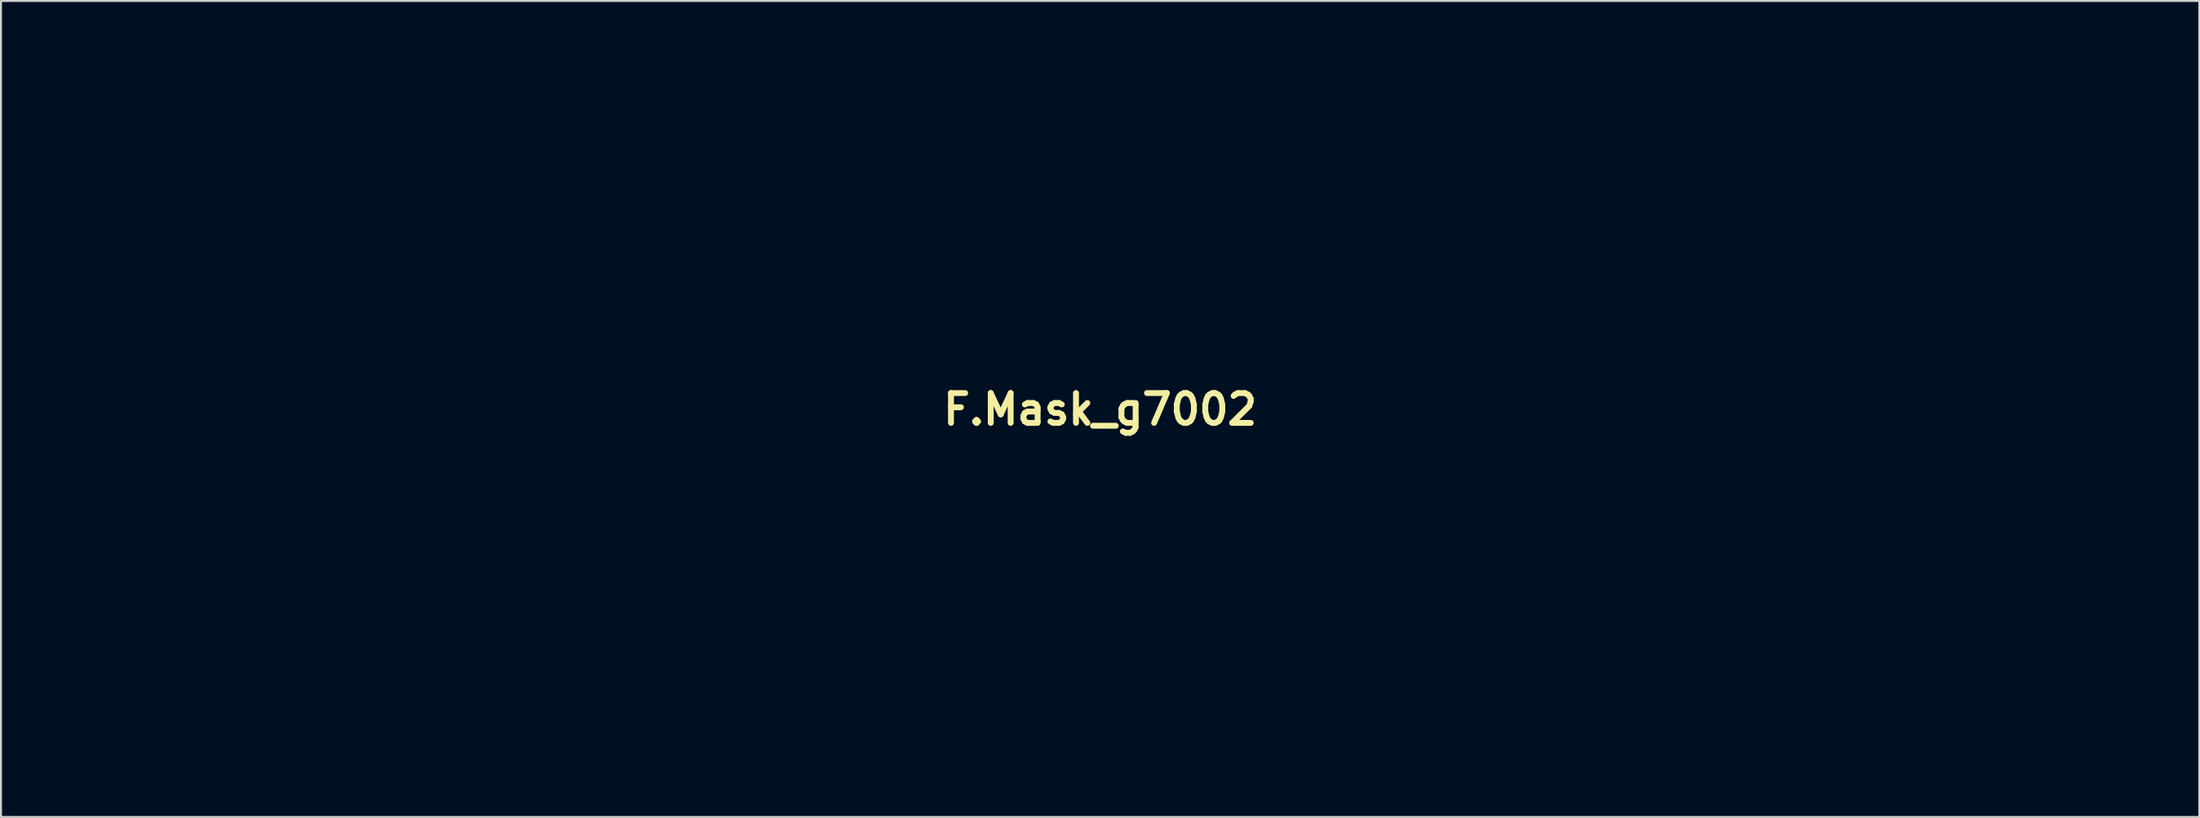
<source format=kicad_pcb>
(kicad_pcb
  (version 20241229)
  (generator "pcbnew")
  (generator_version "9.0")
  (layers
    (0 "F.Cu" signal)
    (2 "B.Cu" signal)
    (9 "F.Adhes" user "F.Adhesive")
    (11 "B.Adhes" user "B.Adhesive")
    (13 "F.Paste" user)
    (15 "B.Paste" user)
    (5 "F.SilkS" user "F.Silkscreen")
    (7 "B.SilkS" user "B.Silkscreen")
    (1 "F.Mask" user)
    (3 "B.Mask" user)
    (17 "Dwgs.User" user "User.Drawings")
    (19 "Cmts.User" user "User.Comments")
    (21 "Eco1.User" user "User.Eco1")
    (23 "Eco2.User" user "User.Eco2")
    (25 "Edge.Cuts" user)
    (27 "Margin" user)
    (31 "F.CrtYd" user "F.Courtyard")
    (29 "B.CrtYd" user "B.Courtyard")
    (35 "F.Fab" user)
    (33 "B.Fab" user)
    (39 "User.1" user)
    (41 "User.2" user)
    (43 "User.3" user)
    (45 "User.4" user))
  (footprint "F.Mask_g7002"
    (layer "F.Cu")
    (at 53.154 17.87)
    (property "Reference" "F.Mask_g7002" (at 0 0 0) (layer "F.SilkS") (effects (font (size 1.524 1.524) (thickness 0.3))))
    (attr through_hole)
    (fp_poly (pts (xy -36.132 -17.335) (xy -53.15 -17.335) (xy -53.15 -17.865) (xy -36.132 -17.865) (xy -36.132 -17.335)) (stroke (width 0.01) (type solid)) (fill yes) (layer "F.Mask"))
    (fp_poly (pts (xy -36.132 -15.854) (xy -53.15 -15.854) (xy -53.15 -16.362) (xy -36.132 -16.362) (xy -36.132 -15.854)) (stroke (width 0.01) (type solid)) (fill yes) (layer "F.Mask"))
    (fp_poly (pts (xy 53.15 -15.854) (xy -4.636 -15.854) (xy -4.636 -16.362) (xy 53.15 -16.362) (xy 53.15 -15.854)) (stroke (width 0.01) (type solid)) (fill yes) (layer "F.Mask"))
    (fp_poly (pts (xy 53.15 16.32) (xy -53.15 16.32) (xy -53.15 15.79) (xy 53.15 15.79) (xy 53.15 16.32)) (stroke (width 0.01) (type solid)) (fill yes) (layer "F.Mask"))
    (fp_poly (pts (xy 53.145 17.552) (xy 53.139 17.812) (xy -53.15 17.822) (xy -53.15 17.293) (xy 53.151 17.293) (xy 53.145 17.552)) (stroke (width 0.01) (type solid)) (fill yes) (layer "F.Mask"))
    (fp_poly (pts (xy 53.15 -17.335) (xy 24.271 -17.335) (xy 23.166 -17.336) (xy 22.07 -17.336) (xy 20.986 -17.336) (xy 19.913 -17.336) (xy 18.853 -17.336) (xy 17.806 -17.336) (xy 16.773 -17.336) (xy 15.754 -17.336) (xy 14.752 -17.336) (xy 13.765 -17.336) (xy 12.796 -17.337) (xy 11.844 -17.337) (xy 10.911 -17.337) (xy 9.998 -17.337) (xy 9.104 -17.338) (xy 8.231 -17.338) (xy 7.381 -17.338) (xy 6.552 -17.338) (xy 5.747 -17.339) (xy 4.966 -17.339) (xy 4.209 -17.339) (xy 3.478 -17.34) (xy 2.773 -17.34) (xy 2.096 -17.341) (xy 1.446 -17.341) (xy 0.824 -17.341) (xy 0.232 -17.342) (xy -0.329 -17.342) (xy -0.86 -17.343) (xy -1.36 -17.343) (xy -1.827 -17.344) (xy -2.26 -17.344) (xy -2.66 -17.345) (xy -3.025 -17.345) (xy -3.355 -17.345) (xy -3.648 -17.346) (xy -3.904 -17.346) (xy -4.123 -17.347) (xy -4.303 -17.348) (xy -4.443 -17.348) (xy -4.544 -17.349) (xy -4.603 -17.349) (xy -4.621 -17.35) (xy -4.627 -17.375) (xy -4.631 -17.434) (xy -4.634 -17.518) (xy -4.636 -17.614) (xy -4.636 -17.865) (xy 53.15 -17.865) (xy 53.15 -17.335)) (stroke (width 0.01) (type solid)) (fill yes) (layer "F.Mask"))
    (fp_poly (pts (xy -9.984 2.228) (xy -9.927 2.23) (xy -9.906 2.233) (xy -9.906 2.233) (xy -9.916 2.257) (xy -9.943 2.314) (xy -9.985 2.397) (xy -10.04 2.504) (xy -10.105 2.628) (xy -10.177 2.766) (xy -10.254 2.912) (xy -10.334 3.062) (xy -10.414 3.211) (xy -10.491 3.355) (xy -10.563 3.488) (xy -10.628 3.607) (xy -10.683 3.706) (xy -10.725 3.781) (xy -10.752 3.826) (xy -10.762 3.839) (xy -10.779 3.823) (xy -10.814 3.778) (xy -10.861 3.712) (xy -10.909 3.637) (xy -10.962 3.554) (xy -11.007 3.485) (xy -11.039 3.437) (xy -11.053 3.418) (xy -11.074 3.425) (xy -11.128 3.454) (xy -11.212 3.501) (xy -11.325 3.567) (xy -11.461 3.648) (xy -11.62 3.743) (xy -11.799 3.851) (xy -11.994 3.969) (xy -12.203 4.097) (xy -12.423 4.232) (xy -12.651 4.373) (xy -12.886 4.518) (xy -13.123 4.665) (xy -13.36 4.813) (xy -13.595 4.96) (xy -13.825 5.105) (xy -14.047 5.244) (xy -14.258 5.378) (xy -14.455 5.504) (xy -14.637 5.621) (xy -14.799 5.726) (xy -14.94 5.819) (xy -14.98 5.846) (xy -15.076 5.909) (xy -15.158 5.963) (xy -15.222 6.004) (xy -15.261 6.028) (xy -15.269 6.032) (xy -15.286 6.017) (xy -15.319 5.976) (xy -15.351 5.932) (xy -15.388 5.88) (xy -15.439 5.806) (xy -15.498 5.719) (xy -15.558 5.629) (xy -15.614 5.545) (xy -15.66 5.476) (xy -15.688 5.431) (xy -15.691 5.426) (xy -15.679 5.406) (xy -15.63 5.364) (xy -15.545 5.301) (xy -15.424 5.216) (xy -15.267 5.111) (xy -15.074 4.985) (xy -14.846 4.838) (xy -14.583 4.671) (xy -14.284 4.482) (xy -13.95 4.274) (xy -13.581 4.045) (xy -13.177 3.795) (xy -12.739 3.526) (xy -12.266 3.236) (xy -12.139 3.158) (xy -11.995 3.07) (xy -11.861 2.988) (xy -11.742 2.915) (xy -11.643 2.853) (xy -11.568 2.806) (xy -11.521 2.777) (xy -11.509 2.769) (xy -11.495 2.755) (xy -11.492 2.735) (xy -11.502 2.704) (xy -11.528 2.654) (xy -11.573 2.579) (xy -11.609 2.52) (xy -11.661 2.435) (xy -11.702 2.363) (xy -11.728 2.311) (xy -11.735 2.288) (xy -11.735 2.287) (xy -11.71 2.283) (xy -11.65 2.277) (xy -11.558 2.272) (xy -11.44 2.266) (xy -11.301 2.26) (xy -11.146 2.254) (xy -10.982 2.249) (xy -10.812 2.243) (xy -10.643 2.239) (xy -10.479 2.234) (xy -10.326 2.231) (xy -10.189 2.229) (xy -10.073 2.228) (xy -9.984 2.228)) (stroke (width 0.01) (type solid)) (fill yes) (layer "F.Mask"))
    (fp_poly (pts (xy -5.49 -0.232) (xy -5.472 -0.212) (xy -5.434 -0.164) (xy -5.38 -0.093) (xy -5.313 -0.004) (xy -5.241 0.095) (xy -4.922 0.527) (xy -4.602 0.946) (xy -4.283 1.349) (xy -3.966 1.734) (xy -3.654 2.1) (xy -3.348 2.444) (xy -3.051 2.763) (xy -2.764 3.057) (xy -2.49 3.323) (xy -2.229 3.558) (xy -1.985 3.761) (xy -1.758 3.93) (xy -1.703 3.968) (xy -1.455 4.118) (xy -1.174 4.26) (xy -0.858 4.396) (xy -0.507 4.525) (xy -0.119 4.647) (xy 0.305 4.762) (xy 0.768 4.871) (xy 1.269 4.974) (xy 1.809 5.071) (xy 2.39 5.162) (xy 3.011 5.248) (xy 3.228 5.276) (xy 3.609 5.323) (xy 21.78 5.334) (xy 39.952 5.345) (xy 39.964 6.117) (xy 21.934 6.114) (xy 21.061 6.113) (xy 20.199 6.113) (xy 19.347 6.113) (xy 18.508 6.113) (xy 17.681 6.113) (xy 16.869 6.112) (xy 16.072 6.112) (xy 15.291 6.112) (xy 14.527 6.111) (xy 13.781 6.111) (xy 13.054 6.111) (xy 12.347 6.111) (xy 11.661 6.11) (xy 10.997 6.11) (xy 10.355 6.11) (xy 9.738 6.109) (xy 9.145 6.109) (xy 8.578 6.108) (xy 8.039 6.108) (xy 7.526 6.108) (xy 7.043 6.107) (xy 6.589 6.107) (xy 6.166 6.107) (xy 5.775 6.106) (xy 5.416 6.106) (xy 5.092 6.105) (xy 4.801 6.105) (xy 4.546 6.105) (xy 4.328 6.104) (xy 4.148 6.104) (xy 4.006 6.103) (xy 3.903 6.103) (xy 3.841 6.103) (xy 3.821 6.102) (xy 3.212 6.041) (xy 2.622 5.97) (xy 2.052 5.889) (xy 1.504 5.799) (xy 0.981 5.7) (xy 0.485 5.593) (xy 0.018 5.479) (xy -0.418 5.357) (xy -0.82 5.228) (xy -1.187 5.093) (xy -1.515 4.953) (xy -1.778 4.822) (xy -2.054 4.656) (xy -2.345 4.452) (xy -2.651 4.208) (xy -2.972 3.926) (xy -3.309 3.603) (xy -3.66 3.242) (xy -4.027 2.841) (xy -4.409 2.401) (xy -4.806 1.921) (xy -5.219 1.402) (xy -5.248 1.365) (xy -5.334 1.253) (xy -5.429 1.129) (xy -5.529 0.997) (xy -5.63 0.862) (xy -5.73 0.729) (xy -5.825 0.6) (xy -5.912 0.482) (xy -5.987 0.378) (xy -6.048 0.293) (xy -6.091 0.231) (xy -6.114 0.196) (xy -6.116 0.191) (xy -6.099 0.174) (xy -6.054 0.138) (xy -5.987 0.09) (xy -5.905 0.033) (xy -5.815 -0.028) (xy -5.725 -0.089) (xy -5.64 -0.144) (xy -5.568 -0.19) (xy -5.516 -0.22) (xy -5.491 -0.232) (xy -5.49 -0.232)) (stroke (width 0.01) (type solid)) (fill yes) (layer "F.Mask"))
    (fp_poly (pts (xy -17.793 -6.728) (xy -17.218 -6.672) (xy -16.629 -6.581) (xy -16.023 -6.453) (xy -15.985 -6.444) (xy -15.701 -6.373) (xy -15.418 -6.296) (xy -15.128 -6.209) (xy -14.824 -6.112) (xy -14.495 -6) (xy -14.256 -5.915) (xy -14.134 -5.871) (xy -14.017 -5.829) (xy -13.901 -5.786) (xy -13.781 -5.742) (xy -13.654 -5.694) (xy -13.515 -5.642) (xy -13.36 -5.582) (xy -13.184 -5.515) (xy -12.984 -5.438) (xy -12.754 -5.349) (xy -12.491 -5.247) (xy -12.366 -5.199) (xy -11.872 -5.01) (xy -11.412 -4.84) (xy -10.981 -4.687) (xy -10.576 -4.551) (xy -10.193 -4.431) (xy -9.827 -4.324) (xy -9.475 -4.231) (xy -9.133 -4.149) (xy -8.797 -4.079) (xy -8.463 -4.018) (xy -8.127 -3.966) (xy -7.8 -3.924) (xy -7.471 -3.894) (xy -7.127 -3.883) (xy -6.766 -3.89) (xy -6.385 -3.916) (xy -5.979 -3.961) (xy -5.546 -4.026) (xy -5.082 -4.11) (xy -4.585 -4.213) (xy -4.537 -4.224) (xy -4.047 -4.34) (xy -3.524 -4.476) (xy -2.975 -4.631) (xy -2.405 -4.802) (xy -1.817 -4.988) (xy -1.217 -5.189) (xy -0.61 -5.401) (xy -0.001 -5.623) (xy 0.606 -5.855) (xy 0.82 -5.939) (xy 1.376 -6.16) (xy 19.447 -6.159) (xy 20.498 -6.159) (xy 21.507 -6.159) (xy 22.476 -6.159) (xy 23.404 -6.159) (xy 24.294 -6.159) (xy 25.146 -6.159) (xy 25.96 -6.159) (xy 26.738 -6.159) (xy 27.481 -6.158) (xy 28.188 -6.158) (xy 28.862 -6.158) (xy 29.502 -6.158) (xy 30.111 -6.158) (xy 30.688 -6.158) (xy 31.234 -6.157) (xy 31.75 -6.157) (xy 32.238 -6.157) (xy 32.697 -6.156) (xy 33.13 -6.156) (xy 33.536 -6.156) (xy 33.916 -6.155) (xy 34.272 -6.155) (xy 34.604 -6.154) (xy 34.912 -6.154) (xy 35.199 -6.153) (xy 35.464 -6.152) (xy 35.709 -6.152) (xy 35.934 -6.151) (xy 36.14 -6.15) (xy 36.328 -6.149) (xy 36.5 -6.148) (xy 36.654 -6.147) (xy 36.794 -6.146) (xy 36.918 -6.145) (xy 37.029 -6.144) (xy 37.127 -6.143) (xy 37.213 -6.141) (xy 37.287 -6.14) (xy 37.351 -6.138) (xy 37.406 -6.137) (xy 37.451 -6.135) (xy 37.489 -6.134) (xy 37.52 -6.132) (xy 37.544 -6.13) (xy 37.563 -6.128) (xy 37.578 -6.126) (xy 37.589 -6.124) (xy 37.597 -6.122) (xy 37.602 -6.12) (xy 37.603 -6.119) (xy 37.711 -6.05) (xy 37.783 -5.959) (xy 37.82 -5.846) (xy 37.825 -5.776) (xy 37.806 -5.659) (xy 37.752 -5.553) (xy 37.671 -5.468) (xy 37.585 -5.42) (xy 37.566 -5.419) (xy 37.515 -5.417) (xy 37.433 -5.416) (xy 37.319 -5.414) (xy 37.173 -5.413) (xy 36.994 -5.412) (xy 36.782 -5.411) (xy 36.536 -5.41) (xy 36.257 -5.408) (xy 35.944 -5.407) (xy 35.596 -5.407) (xy 35.214 -5.406) (xy 34.796 -5.405) (xy 34.342 -5.404) (xy 33.853 -5.403) (xy 33.327 -5.402) (xy 32.764 -5.402) (xy 32.165 -5.401) (xy 31.527 -5.401) (xy 30.852 -5.4) (xy 30.139 -5.4) (xy 29.387 -5.399) (xy 28.597 -5.399) (xy 27.766 -5.399) (xy 26.897 -5.398) (xy 25.987 -5.398) (xy 25.036 -5.398) (xy 24.045 -5.398) (xy 23.013 -5.398) (xy 21.938 -5.398) (xy 20.823 -5.397) (xy 4.039 -5.397) (xy 3.803 -5.211) (xy 3.641 -5.085) (xy 3.48 -4.962) (xy 3.316 -4.841) (xy 3.146 -4.717) (xy 2.966 -4.591) (xy 2.774 -4.459) (xy 2.565 -4.318) (xy 2.337 -4.168) (xy 2.086 -4.005) (xy 1.81 -3.827) (xy 1.503 -3.632) (xy 1.164 -3.418) (xy 1.132 -3.398) (xy 0.976 -3.299) (xy 0.807 -3.191) (xy 0.631 -3.078) (xy 0.452 -2.963) (xy 0.275 -2.847) (xy 0.102 -2.735) (xy -0.06 -2.628) (xy -0.209 -2.53) (xy -0.339 -2.443) (xy -0.447 -2.37) (xy -0.527 -2.315) (xy -0.577 -2.279) (xy -0.579 -2.277) (xy -0.594 -2.262) (xy -0.597 -2.244) (xy -0.586 -2.217) (xy -0.557 -2.173) (xy -0.507 -2.107) (xy -0.455 -2.042) (xy -0.394 -1.964) (xy -0.345 -1.898) (xy -0.312 -1.851) (xy -0.301 -1.829) (xy -0.302 -1.829) (xy -0.323 -1.825) (xy -0.382 -1.815) (xy -0.472 -1.801) (xy -0.588 -1.783) (xy -0.725 -1.763) (xy -0.877 -1.74) (xy -1.041 -1.716) (xy -1.209 -1.692) (xy -1.377 -1.667) (xy -1.54 -1.644) (xy -1.692 -1.622) (xy -1.829 -1.603) (xy -1.944 -1.587) (xy -2.033 -1.575) (xy -2.091 -1.568) (xy -2.11 -1.566) (xy -2.127 -1.573) (xy -2.124 -1.599) (xy -2.11 -1.635) (xy -2.096 -1.67) (xy -2.068 -1.739) (xy -2.029 -1.838) (xy -1.979 -1.962) (xy -1.921 -2.108) (xy -1.856 -2.269) (xy -1.787 -2.441) (xy -1.767 -2.492) (xy -1.698 -2.664) (xy -1.634 -2.823) (xy -1.576 -2.965) (xy -1.526 -3.086) (xy -1.485 -3.181) (xy -1.457 -3.246) (xy -1.441 -3.278) (xy -1.439 -3.281) (xy -1.422 -3.265) (xy -1.384 -3.222) (xy -1.331 -3.158) (xy -1.268 -3.079) (xy -1.26 -3.069) (xy -1.191 -2.981) (xy -1.142 -2.923) (xy -1.108 -2.889) (xy -1.084 -2.876) (xy -1.066 -2.878) (xy -1.057 -2.883) (xy -0.988 -2.932) (xy -0.889 -3) (xy -0.764 -3.084) (xy -0.618 -3.18) (xy -0.458 -3.286) (xy -0.288 -3.398) (xy -0.113 -3.513) (xy 0.062 -3.627) (xy 0.231 -3.736) (xy 0.39 -3.838) (xy 0.533 -3.929) (xy 0.614 -3.98) (xy 0.954 -4.194) (xy 1.26 -4.388) (xy 1.535 -4.564) (xy 1.779 -4.722) (xy 1.997 -4.864) (xy 2.19 -4.992) (xy 2.36 -5.108) (xy 2.424 -5.152) (xy 2.762 -5.387) (xy 2.146 -5.393) (xy 1.53 -5.398) (xy 1.373 -5.332) (xy 1.206 -5.262) (xy 1.004 -5.182) (xy 0.773 -5.093) (xy 0.519 -4.996) (xy 0.248 -4.895) (xy -0.035 -4.792) (xy -0.323 -4.688) (xy -0.612 -4.586) (xy -0.895 -4.487) (xy -1.167 -4.394) (xy -1.27 -4.359) (xy -2.004 -4.121) (xy -2.703 -3.908) (xy -3.37 -3.721) (xy -4.003 -3.559) (xy -4.603 -3.422) (xy -5.171 -3.31) (xy -5.706 -3.224) (xy -6.208 -3.162) (xy -6.678 -3.126) (xy -7.117 -3.115) (xy -7.523 -3.129) (xy -7.673 -3.141) (xy -7.994 -3.175) (xy -8.308 -3.216) (xy -8.618 -3.263) (xy -8.929 -3.319) (xy -9.244 -3.384) (xy -9.565 -3.459) (xy -9.896 -3.546) (xy -10.241 -3.644) (xy -10.603 -3.754) (xy -10.984 -3.879) (xy -11.389 -4.018) (xy -11.821 -4.173) (xy -12.283 -4.345) (xy -12.778 -4.534) (xy -12.986 -4.614) (xy -13.414 -4.78) (xy -13.807 -4.93) (xy -14.168 -5.064) (xy -14.5 -5.185) (xy -14.807 -5.293) (xy -15.091 -5.389) (xy -15.357 -5.474) (xy -15.608 -5.55) (xy -15.846 -5.618) (xy -16.076 -5.677) (xy -16.3 -5.731) (xy -16.522 -5.779) (xy -16.745 -5.822) (xy -16.791 -5.831) (xy -16.975 -5.864) (xy -17.137 -5.89) (xy -17.282 -5.912) (xy -17.421 -5.928) (xy -17.56 -5.94) (xy -17.707 -5.948) (xy -17.871 -5.953) (xy -18.059 -5.956) (xy -18.279 -5.957) (xy -18.352 -5.958) (xy -18.593 -5.957) (xy -18.799 -5.955) (xy -18.979 -5.95) (xy -19.141 -5.941) (xy -19.291 -5.929) (xy -19.439 -5.911) (xy -19.591 -5.889) (xy -19.757 -5.86) (xy -19.942 -5.824) (xy -20.013 -5.81) (xy -20.572 -5.677) (xy -21.14 -5.504) (xy -21.716 -5.288) (xy -22.302 -5.032) (xy -22.896 -4.734) (xy -23.499 -4.395) (xy -24.111 -4.015) (xy -24.732 -3.593) (xy -25.361 -3.13) (xy -26 -2.625) (xy -26.067 -2.571) (xy -26.188 -2.472) (xy -26.285 -2.398) (xy -26.361 -2.347) (xy -26.425 -2.313) (xy -26.482 -2.295) (xy -26.539 -2.288) (xy -26.599 -2.291) (xy -26.717 -2.319) (xy -26.814 -2.38) (xy -26.886 -2.467) (xy -26.929 -2.571) (xy -26.94 -2.688) (xy -26.913 -2.809) (xy -26.911 -2.816) (xy -26.889 -2.856) (xy -26.854 -2.901) (xy -26.799 -2.957) (xy -26.721 -3.028) (xy -26.614 -3.118) (xy -26.599 -3.13) (xy -25.958 -3.641) (xy -25.327 -4.112) (xy -24.706 -4.543) (xy -24.094 -4.935) (xy -23.491 -5.286) (xy -22.895 -5.6) (xy -22.306 -5.874) (xy -21.722 -6.111) (xy -21.145 -6.309) (xy -20.571 -6.471) (xy -20.022 -6.592) (xy -19.467 -6.679) (xy -18.914 -6.731) (xy -18.357 -6.747) (xy -17.793 -6.728)) (stroke (width 0.01) (type solid)) (fill yes) (layer "F.Mask"))
    (fp_poly (pts (xy -37.184 -14.246) (xy -37.1 -14.18) (xy -37.047 -14.099) (xy -37.044 -14.089) (xy -37.041 -14.071) (xy -37.039 -14.045) (xy -37.036 -14.009) (xy -37.034 -13.962) (xy -37.032 -13.903) (xy -37.03 -13.83) (xy -37.029 -13.742) (xy -37.027 -13.637) (xy -37.026 -13.514) (xy -37.025 -13.371) (xy -37.024 -13.208) (xy -37.023 -13.023) (xy -37.023 -12.815) (xy -37.022 -12.581) (xy -37.022 -12.321) (xy -37.022 -12.034) (xy -37.022 -11.718) (xy -37.023 -11.371) (xy -37.023 -10.993) (xy -37.024 -10.582) (xy -37.024 -10.136) (xy -37.025 -9.655) (xy -37.026 -9.136) (xy -37.027 -8.578) (xy -37.029 -7.981) (xy -37.03 -7.514) (xy -37.031 -6.826) (xy -37.032 -6.18) (xy -37.033 -5.576) (xy -37.034 -5.011) (xy -37.035 -4.487) (xy -37.035 -4.003) (xy -37.036 -3.557) (xy -37.036 -3.149) (xy -37.035 -2.78) (xy -37.035 -2.448) (xy -37.035 -2.152) (xy -37.034 -1.892) (xy -37.033 -1.668) (xy -37.032 -1.479) (xy -37.03 -1.324) (xy -37.029 -1.203) (xy -37.027 -1.116) (xy -37.025 -1.061) (xy -37.022 -1.038) (xy -37.022 -1.037) (xy -37.009 -1.058) (xy -36.976 -1.114) (xy -36.924 -1.204) (xy -36.854 -1.325) (xy -36.766 -1.476) (xy -36.662 -1.656) (xy -36.543 -1.863) (xy -36.409 -2.094) (xy -36.261 -2.35) (xy -36.101 -2.627) (xy -35.929 -2.924) (xy -35.746 -3.24) (xy -35.553 -3.574) (xy -35.352 -3.922) (xy -35.143 -4.284) (xy -34.927 -4.658) (xy -34.705 -5.043) (xy -34.581 -5.257) (xy -34.306 -5.733) (xy -34.052 -6.174) (xy -33.816 -6.58) (xy -33.6 -6.954) (xy -33.402 -7.296) (xy -33.221 -7.607) (xy -33.057 -7.89) (xy -32.909 -8.144) (xy -32.776 -8.372) (xy -32.658 -8.574) (xy -32.553 -8.752) (xy -32.462 -8.907) (xy -32.382 -9.04) (xy -32.314 -9.153) (xy -32.257 -9.247) (xy -32.21 -9.323) (xy -32.172 -9.382) (xy -32.143 -9.426) (xy -32.122 -9.455) (xy -32.107 -9.472) (xy -32.102 -9.476) (xy -32.007 -9.505) (xy -31.914 -9.5) (xy -31.83 -9.465) (xy -31.763 -9.406) (xy -31.721 -9.328) (xy -31.712 -9.236) (xy -31.714 -9.219) (xy -31.726 -9.195) (xy -31.757 -9.136) (xy -31.808 -9.043) (xy -31.878 -8.919) (xy -31.965 -8.765) (xy -32.068 -8.583) (xy -32.186 -8.374) (xy -32.319 -8.14) (xy -32.466 -7.883) (xy -32.625 -7.605) (xy -32.796 -7.306) (xy -32.978 -6.99) (xy -33.169 -6.657) (xy -33.369 -6.309) (xy -33.577 -5.947) (xy -33.792 -5.575) (xy -34.013 -5.192) (xy -34.09 -5.059) (xy -34.313 -4.672) (xy -34.531 -4.295) (xy -34.743 -3.928) (xy -34.947 -3.573) (xy -35.144 -3.233) (xy -35.331 -2.908) (xy -35.509 -2.6) (xy -35.675 -2.312) (xy -35.83 -2.044) (xy -35.971 -1.799) (xy -36.099 -1.578) (xy -36.211 -1.383) (xy -36.308 -1.216) (xy -36.387 -1.078) (xy -36.449 -0.971) (xy -36.492 -0.896) (xy -36.515 -0.857) (xy -36.518 -0.851) (xy -36.581 -0.74) (xy -36.256 -0.927) (xy -35.896 -1.135) (xy -35.526 -1.349) (xy -35.148 -1.567) (xy -34.765 -1.789) (xy -34.376 -2.013) (xy -33.985 -2.239) (xy -33.593 -2.465) (xy -33.202 -2.691) (xy -32.813 -2.916) (xy -32.428 -3.138) (xy -32.049 -3.356) (xy -31.678 -3.571) (xy -31.316 -3.779) (xy -30.966 -3.982) (xy -30.628 -4.176) (xy -30.305 -4.363) (xy -29.998 -4.54) (xy -29.709 -4.706) (xy -29.441 -4.861) (xy -29.193 -5.003) (xy -28.969 -5.133) (xy -28.771 -5.247) (xy -28.598 -5.346) (xy -28.455 -5.429) (xy -28.341 -5.494) (xy -28.26 -5.54) (xy -28.213 -5.568) (xy -28.2 -5.574) (xy -28.103 -5.605) (xy -28.012 -5.6) (xy -27.931 -5.566) (xy -27.867 -5.508) (xy -27.825 -5.433) (xy -27.812 -5.346) (xy -27.833 -5.254) (xy -27.852 -5.217) (xy -27.864 -5.205) (xy -27.889 -5.186) (xy -27.93 -5.159) (xy -27.987 -5.122) (xy -28.062 -5.075) (xy -28.156 -5.018) (xy -28.27 -4.949) (xy -28.406 -4.868) (xy -28.563 -4.775) (xy -28.745 -4.668) (xy -28.951 -4.547) (xy -29.184 -4.411) (xy -29.443 -4.26) (xy -29.732 -4.093) (xy -30.049 -3.908) (xy -30.398 -3.706) (xy -30.779 -3.486) (xy -31.193 -3.247) (xy -31.641 -2.987) (xy -32.087 -2.73) (xy -36.283 -0.307) (xy -31.429 -0.296) (xy -30.872 -0.295) (xy -30.356 -0.294) (xy -29.879 -0.293) (xy -29.441 -0.291) (xy -29.04 -0.29) (xy -28.674 -0.289) (xy -28.342 -0.287) (xy -28.044 -0.286) (xy -27.777 -0.284) (xy -27.54 -0.282) (xy -27.331 -0.281) (xy -27.15 -0.279) (xy -26.996 -0.277) (xy -26.866 -0.275) (xy -26.759 -0.272) (xy -26.674 -0.27) (xy -26.61 -0.267) (xy -26.565 -0.265) (xy -26.538 -0.262) (xy -26.529 -0.259) (xy -26.482 -0.224) (xy -26.439 -0.177) (xy -26.403 -0.101) (xy -26.396 -0.012) (xy -26.415 0.078) (xy -26.458 0.154) (xy -26.506 0.195) (xy -26.519 0.198) (xy -26.546 0.201) (xy -26.59 0.204) (xy -26.652 0.206) (xy -26.733 0.209) (xy -26.835 0.211) (xy -26.959 0.213) (xy -27.106 0.215) (xy -27.278 0.217) (xy -27.477 0.219) (xy -27.703 0.22) (xy -27.958 0.222) (xy -28.244 0.223) (xy -28.561 0.225) (xy -28.912 0.226) (xy -29.298 0.227) (xy -29.72 0.229) (xy -30.179 0.23) (xy -30.678 0.231) (xy -31.216 0.232) (xy -31.438 0.233) (xy -36.322 0.243) (xy -32.18 2.635) (xy -31.791 2.859) (xy -31.412 3.078) (xy -31.044 3.291) (xy -30.688 3.497) (xy -30.346 3.695) (xy -30.02 3.883) (xy -29.711 4.062) (xy -29.422 4.229) (xy -29.153 4.384) (xy -28.907 4.527) (xy -28.685 4.655) (xy -28.489 4.769) (xy -28.32 4.867) (xy -28.181 4.948) (xy -28.073 5.011) (xy -27.997 5.055) (xy -27.956 5.079) (xy -27.949 5.083) (xy -27.872 5.152) (xy -27.829 5.235) (xy -27.818 5.322) (xy -27.837 5.407) (xy -27.884 5.481) (xy -27.957 5.535) (xy -28.05 5.56) (xy -28.058 5.562) (xy -28.064 5.566) (xy -28.068 5.569) (xy -28.072 5.572) (xy -28.076 5.575) (xy -28.084 5.575) (xy -28.094 5.573) (xy -28.11 5.568) (xy -28.133 5.558) (xy -28.163 5.544) (xy -28.201 5.524) (xy -28.251 5.498) (xy -28.312 5.465) (xy -28.385 5.425) (xy -28.473 5.375) (xy -28.577 5.317) (xy -28.698 5.248) (xy -28.837 5.169) (xy -28.995 5.078) (xy -29.174 4.975) (xy -29.376 4.859) (xy -29.601 4.73) (xy -29.851 4.586) (xy -30.127 4.426) (xy -30.43 4.251) (xy -30.763 4.059) (xy -31.125 3.849) (xy -31.519 3.621) (xy -31.946 3.375) (xy -32.407 3.108) (xy -32.872 2.84) (xy -33.237 2.629) (xy -33.592 2.423) (xy -33.936 2.225) (xy -34.267 2.034) (xy -34.582 1.852) (xy -34.881 1.68) (xy -35.161 1.518) (xy -35.421 1.369) (xy -35.659 1.231) (xy -35.874 1.108) (xy -36.063 0.999) (xy -36.225 0.907) (xy -36.358 0.83) (xy -36.461 0.772) (xy -36.531 0.732) (xy -36.567 0.712) (xy -36.572 0.71) (xy -36.562 0.728) (xy -36.532 0.782) (xy -36.482 0.869) (xy -36.414 0.987) (xy -36.329 1.136) (xy -36.227 1.313) (xy -36.11 1.518) (xy -35.978 1.747) (xy -35.833 2) (xy -35.674 2.275) (xy -35.504 2.57) (xy -35.323 2.885) (xy -35.132 3.216) (xy -34.932 3.562) (xy -34.724 3.923) (xy -34.509 4.296) (xy -34.288 4.679) (xy -34.171 4.881) (xy -33.946 5.271) (xy -33.727 5.651) (xy -33.514 6.02) (xy -33.309 6.377) (xy -33.112 6.719) (xy -32.924 7.046) (xy -32.746 7.355) (xy -32.579 7.645) (xy -32.425 7.914) (xy -32.284 8.161) (xy -32.156 8.383) (xy -32.044 8.58) (xy -31.948 8.749) (xy -31.868 8.889) (xy -31.807 8.998) (xy -31.764 9.075) (xy -31.741 9.118) (xy -31.737 9.126) (xy -31.722 9.222) (xy -31.742 9.308) (xy -31.79 9.381) (xy -31.859 9.433) (xy -31.943 9.461) (xy -32.034 9.457) (xy -32.12 9.421) (xy -32.132 9.409) (xy -32.153 9.381) (xy -32.183 9.335) (xy -32.223 9.272) (xy -32.275 9.189) (xy -32.337 9.085) (xy -32.412 8.96) (xy -32.5 8.812) (xy -32.601 8.64) (xy -32.717 8.444) (xy -32.847 8.221) (xy -32.993 7.971) (xy -33.154 7.692) (xy -33.333 7.384) (xy -33.529 7.046) (xy -33.744 6.675) (xy -33.977 6.272) (xy -34.229 5.834) (xy -34.502 5.362) (xy -34.608 5.179) (xy -37.031 0.976) (xy -37.042 5.85) (xy -37.043 6.386) (xy -37.044 6.881) (xy -37.045 7.337) (xy -37.046 7.756) (xy -37.047 8.139) (xy -37.048 8.488) (xy -37.049 8.804) (xy -37.05 9.089) (xy -37.051 9.345) (xy -37.053 9.573) (xy -37.054 9.776) (xy -37.055 9.953) (xy -37.057 10.108) (xy -37.058 10.242) (xy -37.06 10.356) (xy -37.062 10.453) (xy -37.064 10.532) (xy -37.067 10.598) (xy -37.069 10.65) (xy -37.072 10.691) (xy -37.075 10.722) (xy -37.078 10.745) (xy -37.082 10.761) (xy -37.086 10.772) (xy -37.09 10.781) (xy -37.091 10.782) (xy -37.144 10.835) (xy -37.219 10.878) (xy -37.294 10.899) (xy -37.311 10.9) (xy -37.356 10.891) (xy -37.413 10.871) (xy -37.416 10.87) (xy -37.475 10.831) (xy -37.522 10.782) (xy -37.526 10.774) (xy -37.53 10.763) (xy -37.533 10.748) (xy -37.537 10.726) (xy -37.54 10.697) (xy -37.543 10.658) (xy -37.545 10.608) (xy -37.548 10.545) (xy -37.55 10.467) (xy -37.552 10.374) (xy -37.554 10.263) (xy -37.555 10.132) (xy -37.557 9.981) (xy -37.558 9.807) (xy -37.56 9.609) (xy -37.561 9.386) (xy -37.562 9.134) (xy -37.563 8.854) (xy -37.564 8.543) (xy -37.565 8.2) (xy -37.566 7.823) (xy -37.567 7.41) (xy -37.568 6.961) (xy -37.569 6.472) (xy -37.571 5.943) (xy -37.571 5.849) (xy -37.581 0.974) (xy -39.941 5.063) (xy -40.164 5.449) (xy -40.382 5.827) (xy -40.594 6.194) (xy -40.799 6.548) (xy -40.995 6.889) (xy -41.183 7.214) (xy -41.361 7.522) (xy -41.527 7.81) (xy -41.682 8.078) (xy -41.824 8.323) (xy -41.951 8.544) (xy -42.064 8.739) (xy -42.161 8.907) (xy -42.241 9.045) (xy -42.303 9.152) (xy -42.346 9.227) (xy -42.369 9.267) (xy -42.372 9.272) (xy -42.419 9.34) (xy -42.468 9.398) (xy -42.502 9.426) (xy -42.593 9.459) (xy -42.683 9.456) (xy -42.764 9.423) (xy -42.831 9.367) (xy -42.875 9.292) (xy -42.891 9.204) (xy -42.876 9.127) (xy -42.863 9.102) (xy -42.83 9.042) (xy -42.777 8.948) (xy -42.707 8.822) (xy -42.618 8.667) (xy -42.514 8.483) (xy -42.393 8.273) (xy -42.259 8.038) (xy -42.111 7.779) (xy -41.95 7.499) (xy -41.777 7.199) (xy -41.594 6.88) (xy -41.401 6.545) (xy -41.2 6.195) (xy -40.99 5.832) (xy -40.774 5.457) (xy -40.552 5.072) (xy -40.442 4.881) (xy -40.218 4.493) (xy -39.999 4.115) (xy -39.788 3.747) (xy -39.583 3.393) (xy -39.388 3.054) (xy -39.201 2.731) (xy -39.025 2.425) (xy -38.861 2.139) (xy -38.709 1.875) (xy -38.569 1.633) (xy -38.444 1.415) (xy -38.335 1.224) (xy -38.241 1.06) (xy -38.164 0.925) (xy -38.105 0.821) (xy -38.064 0.75) (xy -38.044 0.713) (xy -38.041 0.708) (xy -38.06 0.718) (xy -38.113 0.748) (xy -38.201 0.798) (xy -38.319 0.866) (xy -38.468 0.951) (xy -38.646 1.053) (xy -38.85 1.17) (xy -39.08 1.302) (xy -39.333 1.448) (xy -39.608 1.607) (xy -39.904 1.777) (xy -40.218 1.958) (xy -40.55 2.149) (xy -40.897 2.35) (xy -41.258 2.558) (xy -41.632 2.773) (xy -42.016 2.995) (xy -42.238 3.124) (xy -42.628 3.349) (xy -43.009 3.569) (xy -43.379 3.782) (xy -43.737 3.988) (xy -44.08 4.185) (xy -44.407 4.373) (xy -44.717 4.551) (xy -45.008 4.717) (xy -45.278 4.872) (xy -45.525 5.013) (xy -45.748 5.14) (xy -45.946 5.252) (xy -46.116 5.348) (xy -46.257 5.427) (xy -46.367 5.489) (xy -46.444 5.531) (xy -46.488 5.554) (xy -46.497 5.558) (xy -46.585 5.555) (xy -46.67 5.518) (xy -46.739 5.453) (xy -46.765 5.412) (xy -46.792 5.314) (xy -46.78 5.219) (xy -46.729 5.135) (xy -46.719 5.124) (xy -46.695 5.109) (xy -46.637 5.073) (xy -46.545 5.018) (xy -46.421 4.945) (xy -46.268 4.855) (xy -46.086 4.748) (xy -45.877 4.626) (xy -45.643 4.489) (xy -45.386 4.339) (xy -45.107 4.177) (xy -44.808 4.003) (xy -44.49 3.819) (xy -44.156 3.625) (xy -43.806 3.423) (xy -43.443 3.213) (xy -43.068 2.996) (xy -42.683 2.773) (xy -42.48 2.656) (xy -38.298 0.243) (xy -43.183 0.233) (xy -48.069 0.222) (xy -48.134 0.157) (xy -48.191 0.073) (xy -48.213 -0.021) (xy -48.2 -0.115) (xy -48.153 -0.198) (xy -48.096 -0.249) (xy -48.089 -0.253) (xy -48.077 -0.256) (xy -48.06 -0.26) (xy -48.036 -0.263) (xy -48.004 -0.266) (xy -47.961 -0.269) (xy -47.906 -0.271) (xy -47.838 -0.274) (xy -47.755 -0.276) (xy -47.655 -0.278) (xy -47.536 -0.28) (xy -47.398 -0.281) (xy -47.238 -0.283) (xy -47.055 -0.284) (xy -46.847 -0.285) (xy -46.612 -0.287) (xy -46.35 -0.288) (xy -46.057 -0.289) (xy -45.734 -0.29) (xy -45.377 -0.291) (xy -44.986 -0.292) (xy -44.558 -0.293) (xy -44.093 -0.294) (xy -43.588 -0.295) (xy -43.173 -0.296) (xy -38.306 -0.307) (xy -42.484 -2.718) (xy -42.874 -2.943) (xy -43.254 -3.162) (xy -43.623 -3.376) (xy -43.979 -3.582) (xy -44.321 -3.779) (xy -44.647 -3.968) (xy -44.955 -4.147) (xy -45.244 -4.314) (xy -45.512 -4.47) (xy -45.757 -4.613) (xy -45.978 -4.741) (xy -46.173 -4.855) (xy -46.341 -4.953) (xy -46.479 -5.034) (xy -46.587 -5.097) (xy -46.662 -5.142) (xy -46.702 -5.167) (xy -46.71 -5.172) (xy -46.766 -5.246) (xy -46.787 -5.331) (xy -46.778 -5.418) (xy -46.741 -5.497) (xy -46.68 -5.561) (xy -46.599 -5.601) (xy -46.534 -5.609) (xy -46.521 -5.608) (xy -46.504 -5.604) (xy -46.482 -5.596) (xy -46.451 -5.583) (xy -46.413 -5.565) (xy -46.364 -5.54) (xy -46.303 -5.509) (xy -46.23 -5.47) (xy -46.142 -5.422) (xy -46.038 -5.364) (xy -45.917 -5.297) (xy -45.778 -5.218) (xy -45.618 -5.128) (xy -45.437 -5.025) (xy -45.234 -4.908) (xy -45.006 -4.778) (xy -44.752 -4.632) (xy -44.471 -4.471) (xy -44.161 -4.292) (xy -43.822 -4.097) (xy -43.451 -3.883) (xy -43.047 -3.65) (xy -42.609 -3.397) (xy -42.276 -3.205) (xy -41.887 -2.98) (xy -41.507 -2.761) (xy -41.139 -2.548) (xy -40.783 -2.343) (xy -40.442 -2.146) (xy -40.117 -1.958) (xy -39.809 -1.78) (xy -39.52 -1.613) (xy -39.253 -1.459) (xy -39.008 -1.317) (xy -38.787 -1.19) (xy -38.593 -1.077) (xy -38.426 -0.98) (xy -38.288 -0.901) (xy -38.181 -0.839) (xy -38.106 -0.795) (xy -38.066 -0.772) (xy -38.06 -0.768) (xy -38.009 -0.735) (xy -38.052 -0.807) (xy -38.066 -0.832) (xy -38.101 -0.892) (xy -38.155 -0.985) (xy -38.227 -1.109) (xy -38.317 -1.264) (xy -38.422 -1.447) (xy -38.544 -1.657) (xy -38.679 -1.892) (xy -38.828 -2.15) (xy -38.99 -2.429) (xy -39.163 -2.729) (xy -39.346 -3.047) (xy -39.539 -3.381) (xy -39.741 -3.73) (xy -39.951 -4.093) (xy -40.167 -4.467) (xy -40.388 -4.851) (xy -40.484 -5.016) (xy -40.753 -5.483) (xy -41.002 -5.915) (xy -41.232 -6.313) (xy -41.443 -6.678) (xy -41.636 -7.012) (xy -41.811 -7.317) (xy -41.97 -7.593) (xy -42.113 -7.843) (xy -42.241 -8.067) (xy -42.355 -8.268) (xy -42.455 -8.446) (xy -42.543 -8.603) (xy -42.619 -8.74) (xy -42.683 -8.859) (xy -42.737 -8.962) (xy -42.781 -9.049) (xy -42.817 -9.122) (xy -42.844 -9.182) (xy -42.864 -9.232) (xy -42.877 -9.272) (xy -42.884 -9.303) (xy -42.886 -9.328) (xy -42.884 -9.347) (xy -42.878 -9.363) (xy -42.869 -9.375) (xy -42.858 -9.387) (xy -42.846 -9.399) (xy -42.833 -9.413) (xy -42.832 -9.414) (xy -42.752 -9.481) (xy -42.66 -9.512) (xy -42.567 -9.507) (xy -42.481 -9.466) (xy -42.435 -9.422) (xy -42.42 -9.399) (xy -42.384 -9.34) (xy -42.33 -9.248) (xy -42.257 -9.125) (xy -42.168 -8.971) (xy -42.061 -8.789) (xy -41.94 -8.581) (xy -41.804 -8.348) (xy -41.655 -8.091) (xy -41.494 -7.813) (xy -41.321 -7.514) (xy -41.138 -7.198) (xy -40.945 -6.865) (xy -40.744 -6.517) (xy -40.535 -6.156) (xy -40.319 -5.783) (xy -40.099 -5.401) (xy -40.027 -5.276) (xy -39.805 -4.892) (xy -39.588 -4.517) (xy -39.379 -4.154) (xy -39.176 -3.805) (xy -38.982 -3.47) (xy -38.798 -3.151) (xy -38.624 -2.85) (xy -38.461 -2.57) (xy -38.31 -2.31) (xy -38.172 -2.074) (xy -38.049 -1.862) (xy -37.941 -1.676) (xy -37.849 -1.518) (xy -37.773 -1.39) (xy -37.716 -1.293) (xy -37.678 -1.229) (xy -37.659 -1.199) (xy -37.658 -1.197) (xy -37.657 -1.219) (xy -37.656 -1.281) (xy -37.655 -1.383) (xy -37.654 -1.522) (xy -37.653 -1.696) (xy -37.652 -1.905) (xy -37.651 -2.147) (xy -37.65 -2.419) (xy -37.649 -2.721) (xy -37.648 -3.05) (xy -37.646 -3.405) (xy -37.645 -3.785) (xy -37.644 -4.188) (xy -37.643 -4.612) (xy -37.642 -5.055) (xy -37.641 -5.516) (xy -37.639 -5.993) (xy -37.638 -6.485) (xy -37.637 -6.991) (xy -37.636 -7.507) (xy -37.636 -7.636) (xy -37.635 -8.254) (xy -37.634 -8.831) (xy -37.633 -9.369) (xy -37.632 -9.869) (xy -37.631 -10.331) (xy -37.63 -10.759) (xy -37.629 -11.153) (xy -37.628 -11.514) (xy -37.627 -11.845) (xy -37.626 -12.146) (xy -37.625 -12.419) (xy -37.624 -12.665) (xy -37.622 -12.885) (xy -37.621 -13.082) (xy -37.62 -13.256) (xy -37.618 -13.409) (xy -37.617 -13.543) (xy -37.615 -13.658) (xy -37.613 -13.757) (xy -37.611 -13.84) (xy -37.609 -13.909) (xy -37.607 -13.966) (xy -37.605 -14.011) (xy -37.602 -14.047) (xy -37.599 -14.074) (xy -37.596 -14.094) (xy -37.593 -14.109) (xy -37.589 -14.12) (xy -37.585 -14.129) (xy -37.582 -14.134) (xy -37.521 -14.201) (xy -37.438 -14.253) (xy -37.347 -14.28) (xy -37.284 -14.281) (xy -37.184 -14.246)) (stroke (width 0.01) (type solid)) (fill yes) (layer "F.Mask")))
  (gr_rect
    (start -3 -3)
    (end 109.31 38.697)
    (stroke (width 0.1) (type default))
    (fill no)
    (layer "Edge.Cuts")))
</source>
